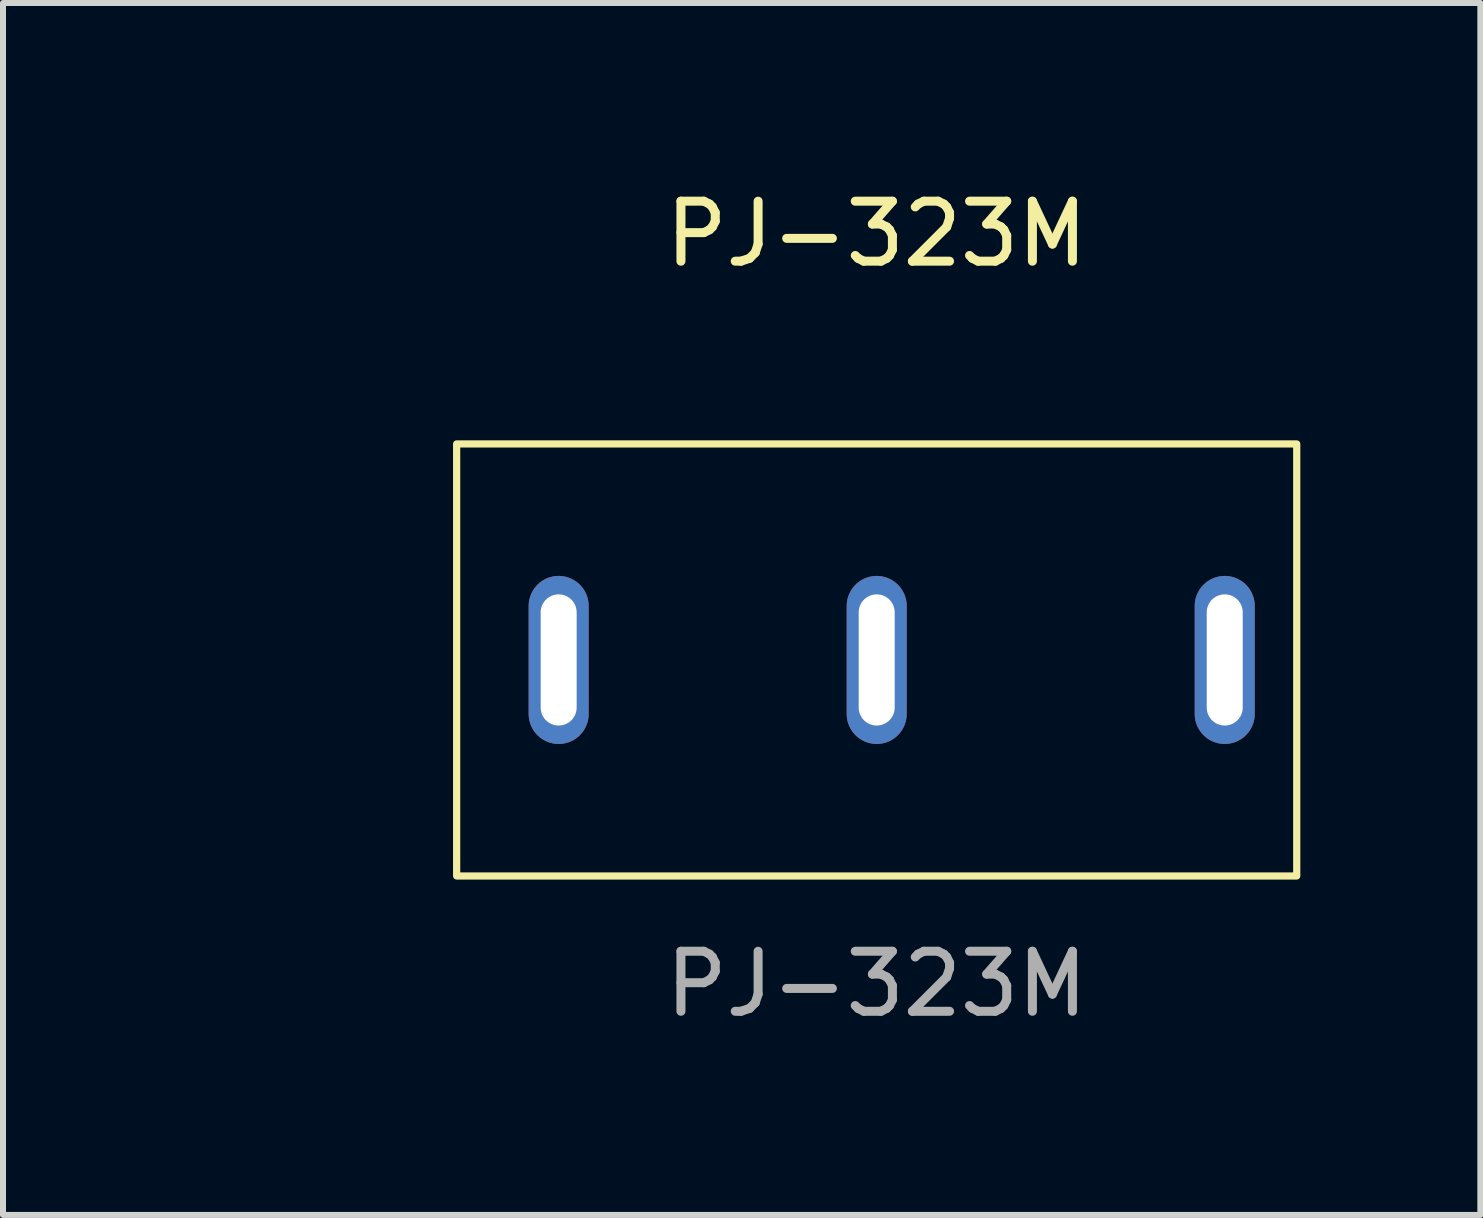
<source format=kicad_pcb>
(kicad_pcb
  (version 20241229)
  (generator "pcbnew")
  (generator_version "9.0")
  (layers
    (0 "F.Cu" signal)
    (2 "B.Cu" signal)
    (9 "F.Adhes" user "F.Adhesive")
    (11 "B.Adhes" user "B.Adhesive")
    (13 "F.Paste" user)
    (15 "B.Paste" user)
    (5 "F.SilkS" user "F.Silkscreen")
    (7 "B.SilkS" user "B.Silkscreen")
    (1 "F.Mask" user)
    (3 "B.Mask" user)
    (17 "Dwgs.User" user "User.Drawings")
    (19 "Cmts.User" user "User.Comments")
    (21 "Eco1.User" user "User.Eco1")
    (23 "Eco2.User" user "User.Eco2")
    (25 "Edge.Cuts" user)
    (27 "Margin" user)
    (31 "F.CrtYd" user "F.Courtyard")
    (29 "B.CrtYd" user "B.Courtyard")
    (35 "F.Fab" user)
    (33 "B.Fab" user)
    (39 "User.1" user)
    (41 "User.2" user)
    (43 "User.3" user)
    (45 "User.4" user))
  (footprint "PJ-323M"
    (layer "F.Cu")
    (at 11.56 7.948)
    (property "Reference" "PJ-323M" (at 0 -7.1 0) (unlocked yes) (layer "F.SilkS") (effects (font (size 1 1) (thickness 0.15))))
    (attr through_hole)
    (fp_rect (start -7 -3.6) (end 7 3.6) (stroke (width 0.12) (type solid)) (fill no) (layer "F.SilkS"))
    (fp_rect (start -7 -2.8) (end -11.5 2.8) (stroke (width 0.12) (type solid)) (fill no) (layer "User.1"))
    (fp_text user "${REFERENCE}" (at 0 5.4 0) (unlocked yes) (layer "F.Fab") (effects (font (size 1 1) (thickness 0.15))))
    (pad "S" thru_hole oval (at -5.3 0) (size 1 2.8) (drill oval 0.6 2.186) (layers "*.Cu" "*.Mask"))
    (pad "T" thru_hole oval (at 0 0) (size 1 2.8) (drill oval 0.6 2.186) (layers "*.Cu" "*.Mask"))
    (pad "TN" thru_hole oval (at 5.8 0) (size 1 2.8) (drill oval 0.6 2.186) (layers "*.Cu" "*.Mask")))
  (gr_rect
    (start -3 -3)
    (end 21.62 17.197)
    (stroke (width 0.1) (type default))
    (fill no)
    (layer "Edge.Cuts")))
</source>
